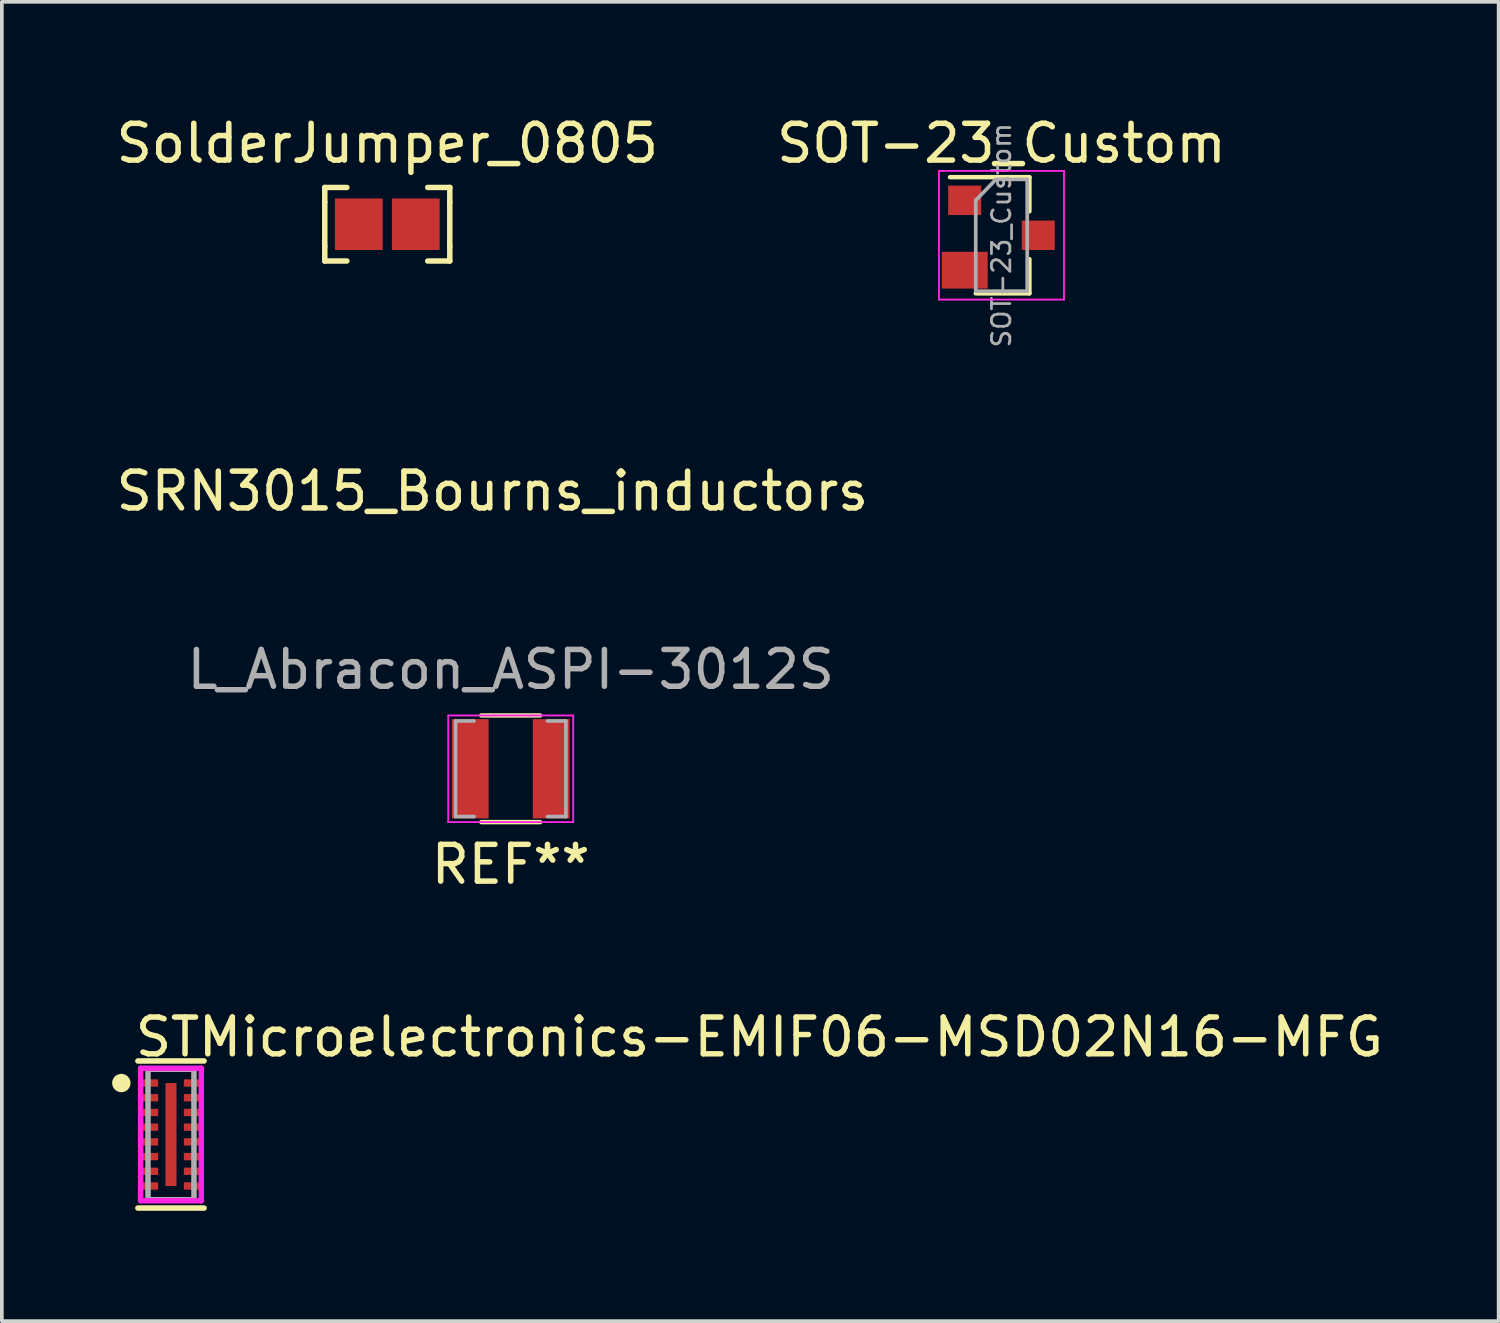
<source format=kicad_pcb>
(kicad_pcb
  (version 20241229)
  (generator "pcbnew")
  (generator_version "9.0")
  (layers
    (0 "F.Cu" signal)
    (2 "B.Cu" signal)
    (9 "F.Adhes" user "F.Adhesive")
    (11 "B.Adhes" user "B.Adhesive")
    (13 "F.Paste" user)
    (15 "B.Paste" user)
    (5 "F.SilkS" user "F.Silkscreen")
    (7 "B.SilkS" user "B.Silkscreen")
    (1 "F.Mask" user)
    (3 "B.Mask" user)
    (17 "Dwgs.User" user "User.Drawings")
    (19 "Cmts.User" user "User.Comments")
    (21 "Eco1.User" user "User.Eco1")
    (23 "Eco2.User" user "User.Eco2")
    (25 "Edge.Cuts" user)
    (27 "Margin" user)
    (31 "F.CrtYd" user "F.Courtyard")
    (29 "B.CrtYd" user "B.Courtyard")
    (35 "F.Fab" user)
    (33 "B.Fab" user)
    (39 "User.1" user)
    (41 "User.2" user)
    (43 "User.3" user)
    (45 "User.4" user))
  (footprint "SOT-23_Custom"
    (layer "F.Cu")
    (at 24.185 3.348)
    (property "Reference" "SOT-23_Custom" (at 0 -2.5 0) (layer "F.SilkS") (effects (font (size 1 1) (thickness 0.15))))
    (attr smd)
    (fp_line (start 0.76 -1.58) (end -1.4 -1.58) (stroke (width 0.12) (type solid)) (layer "F.SilkS"))
    (fp_line (start 0.76 -1.58) (end 0.76 -0.65) (stroke (width 0.12) (type solid)) (layer "F.SilkS"))
    (fp_line (start 0.76 1.58) (end -0.7 1.58) (stroke (width 0.12) (type solid)) (layer "F.SilkS"))
    (fp_line (start 0.76 1.58) (end 0.76 0.65) (stroke (width 0.12) (type solid)) (layer "F.SilkS"))
    (fp_line (start -1.7 -1.75) (end 1.7 -1.75) (stroke (width 0.05) (type solid)) (layer "F.CrtYd"))
    (fp_line (start -1.7 1.75) (end -1.7 -1.75) (stroke (width 0.05) (type solid)) (layer "F.CrtYd"))
    (fp_line (start 1.7 -1.75) (end 1.7 1.75) (stroke (width 0.05) (type solid)) (layer "F.CrtYd"))
    (fp_line (start 1.7 1.75) (end -1.7 1.75) (stroke (width 0.05) (type solid)) (layer "F.CrtYd"))
    (fp_line (start -0.7 -0.95) (end -0.7 1.5) (stroke (width 0.1) (type solid)) (layer "F.Fab"))
    (fp_line (start -0.7 -0.95) (end -0.15 -1.52) (stroke (width 0.1) (type solid)) (layer "F.Fab"))
    (fp_line (start -0.7 1.52) (end 0.7 1.52) (stroke (width 0.1) (type solid)) (layer "F.Fab"))
    (fp_line (start -0.15 -1.52) (end 0.7 -1.52) (stroke (width 0.1) (type solid)) (layer "F.Fab"))
    (fp_line (start 0.7 -1.52) (end 0.7 1.52) (stroke (width 0.1) (type solid)) (layer "F.Fab"))
    (fp_text user "${REFERENCE}" (at 0 0 90) (layer "F.Fab") (effects (font (size 0.5 0.5) (thickness 0.075))))
    (pad "1" smd rect (at -1 -0.95) (size 0.9 0.8) (layers "F.Cu" "F.Mask" "F.Paste"))
    (pad "2" smd rect (at -1 0.95) (size 1.25 1) (layers "F.Cu" "F.Mask" "F.Paste"))
    (pad "3" smd rect (at 1 0) (size 0.9 0.8) (layers "F.Cu" "F.Mask" "F.Paste")))
  (footprint "SolderJumper_0805"
    (layer "F.Cu")
    (at 7.482 3.048)
    (property "Reference" "SolderJumper_0805" (at 0 -2.2 0) (layer "F.SilkS") (effects (font (size 1 1) (thickness 0.15))))
    (attr through_hole)
    (fp_line (start -1.7 -1) (end -1.1 -1) (stroke (width 0.15) (type solid)) (layer "F.SilkS"))
    (fp_line (start -1.7 -0.6) (end -1.7 -1) (stroke (width 0.15) (type solid)) (layer "F.SilkS"))
    (fp_line (start -1.7 -0.6) (end -1.7 0.6) (stroke (width 0.15) (type solid)) (layer "F.SilkS"))
    (fp_line (start -1.7 0.6) (end -1.7 1) (stroke (width 0.15) (type solid)) (layer "F.SilkS"))
    (fp_line (start -1.7 1) (end -1.1 1) (stroke (width 0.15) (type solid)) (layer "F.SilkS"))
    (fp_line (start 1.7 -1) (end 1.1 -1) (stroke (width 0.15) (type solid)) (layer "F.SilkS"))
    (fp_line (start 1.7 -0.6) (end 1.7 -1) (stroke (width 0.15) (type solid)) (layer "F.SilkS"))
    (fp_line (start 1.7 -0.6) (end 1.7 0.6) (stroke (width 0.15) (type solid)) (layer "F.SilkS"))
    (fp_line (start 1.7 0.6) (end 1.7 1) (stroke (width 0.15) (type solid)) (layer "F.SilkS"))
    (fp_line (start 1.7 1) (end 1.1 1) (stroke (width 0.15) (type solid)) (layer "F.SilkS"))
    (pad "1" smd rect (at -0.775 0) (size 1.3 1.4) (layers "F.Cu" "F.Mask" "F.Paste"))
    (pad "2" smd rect (at 0.775 0) (size 1.3 1.4) (layers "F.Cu" "F.Mask" "F.Paste")))
  (footprint "SRN3015_Bourns_inductors"
    (layer "F.Cu")
    (at 10.839 17.807)
    (property "Reference" "SRN3015_Bourns_inductors" (at -0.5 -7.5 0) (layer "F.SilkS") (effects (font (size 1 1) (thickness 0.15))))
    (attr through_hole)
    (fp_line (start -0.8 -1.4) (end 0.8 -1.4) (stroke (width 0.12) (type solid)) (layer "F.SilkS"))
    (fp_line (start -0.8 1.5) (end 0.8 1.5) (stroke (width 0.12) (type solid)) (layer "F.SilkS"))
    (fp_line (start -1.7 -1.4) (end -1.7 1.5) (stroke (width 0.05) (type solid)) (layer "F.CrtYd"))
    (fp_line (start -1.7 1.5) (end 1.7 1.5) (stroke (width 0.05) (type solid)) (layer "F.CrtYd"))
    (fp_line (start 1.7 -1.4) (end -1.7 -1.4) (stroke (width 0.05) (type solid)) (layer "F.CrtYd"))
    (fp_line (start 1.7 1.5) (end 1.7 -1.4) (stroke (width 0.05) (type solid)) (layer "F.CrtYd"))
    (fp_line (start -1.5 -1.25) (end -1.5 1.35) (stroke (width 0.1) (type solid)) (layer "F.Fab"))
    (fp_line (start -1.5 1.35) (end -1 1.35) (stroke (width 0.1) (type solid)) (layer "F.Fab"))
    (fp_line (start -1 -1.25) (end -1.5 -1.25) (stroke (width 0.1) (type solid)) (layer "F.Fab"))
    (fp_line (start 1 1.35) (end 1.5 1.35) (stroke (width 0.1) (type solid)) (layer "F.Fab"))
    (fp_line (start 1.5 -1.25) (end 1 -1.25) (stroke (width 0.1) (type solid)) (layer "F.Fab"))
    (fp_line (start 1.5 1.35) (end 1.5 -1.25) (stroke (width 0.1) (type solid)) (layer "F.Fab"))
    (fp_text user "REF**" (at 0 2.65 0) (layer "F.SilkS") (effects (font (size 1 1) (thickness 0.15))))
    (fp_text user "L_Abracon_ASPI-3012S" (at 0 -2.65 0) (layer "F.Fab") (effects (font (size 1 1) (thickness 0.15))))
    (pad "1" smd rect (at -1.1 0.05) (size 1 2.7) (layers "F.Cu" "F.Mask" "F.Paste"))
    (pad "2" smd rect (at 1.1 0.05) (size 1 2.7) (layers "F.Cu" "F.Mask" "F.Paste")))
  (footprint "STMicroelectronics-EMIF06-MSD02N16-MFG"
    (layer "F.Cu")
    (at 1.6 27.803)
    (property "Reference" "STMicroelectronics-EMIF06-MSD02N16-MFG" (at -1.05 -2.65 0) (layer "F.SilkS") (effects (font (size 1 1) (thickness 0.15)) (justify left)))
    (attr through_hole)
    (fp_line (start -0.9 -2) (end 0.9 -2) (stroke (width 0.15) (type solid)) (layer "F.SilkS"))
    (fp_line (start -0.9 2) (end 0.9 2) (stroke (width 0.15) (type solid)) (layer "F.SilkS"))
    (fp_circle (center -1.35 -1.4) (end -1.225 -1.4) (stroke (width 0.25) (type solid)) (fill no) (layer "F.SilkS"))
    (fp_line (start -0.825 -1.8) (end -0.825 1.8) (stroke (width 0.15) (type solid)) (layer "F.CrtYd"))
    (fp_line (start -0.825 1.8) (end 0.825 1.8) (stroke (width 0.15) (type solid)) (layer "F.CrtYd"))
    (fp_line (start 0.825 -1.8) (end -0.825 -1.8) (stroke (width 0.15) (type solid)) (layer "F.CrtYd"))
    (fp_line (start 0.825 -1.8) (end 0.825 -1.8) (stroke (width 0.15) (type solid)) (layer "F.CrtYd"))
    (fp_line (start 0.825 1.8) (end 0.825 -1.8) (stroke (width 0.15) (type solid)) (layer "F.CrtYd"))
    (fp_line (start -0.625 -1.775) (end 0.625 -1.775) (stroke (width 0.15) (type solid)) (layer "F.Fab"))
    (fp_line (start -0.625 1.775) (end -0.625 -1.775) (stroke (width 0.15) (type solid)) (layer "F.Fab"))
    (fp_line (start 0.625 -1.775) (end 0.625 1.775) (stroke (width 0.15) (type solid)) (layer "F.Fab"))
    (fp_line (start 0.625 1.775) (end -0.625 1.775) (stroke (width 0.15) (type solid)) (layer "F.Fab"))
    (pad "" smd rect (at -0.575 -1.4) (size 0.42 0.19) (layers "F.Paste"))
    (pad "" smd rect (at -0.575 -1) (size 0.42 0.19) (layers "F.Paste"))
    (pad "" smd rect (at -0.575 -0.6) (size 0.42 0.19) (layers "F.Paste"))
    (pad "" smd rect (at -0.575 -0.2) (size 0.42 0.19) (layers "F.Paste"))
    (pad "" smd rect (at -0.575 0.2) (size 0.42 0.19) (layers "F.Paste"))
    (pad "" smd rect (at -0.575 0.6) (size 0.42 0.19) (layers "F.Paste"))
    (pad "" smd rect (at -0.575 1) (size 0.42 0.19) (layers "F.Paste"))
    (pad "" smd rect (at -0.575 1.4) (size 0.42 0.19) (layers "F.Paste"))
    (pad "" smd rect (at 0 0) (size 0.2 2.1) (layers "F.Paste"))
    (pad "" smd rect (at 0.575 -1.4) (size 0.42 0.19) (layers "F.Paste"))
    (pad "" smd rect (at 0.575 -1) (size 0.42 0.19) (layers "F.Paste"))
    (pad "" smd rect (at 0.575 -0.6) (size 0.42 0.19) (layers "F.Paste"))
    (pad "" smd rect (at 0.575 -0.2) (size 0.42 0.19) (layers "F.Paste"))
    (pad "" smd rect (at 0.575 0.2) (size 0.42 0.19) (layers "F.Paste"))
    (pad "" smd rect (at 0.575 0.6) (size 0.42 0.19) (layers "F.Paste"))
    (pad "" smd rect (at 0.575 1) (size 0.42 0.19) (layers "F.Paste"))
    (pad "" smd rect (at 0.575 1.4) (size 0.42 0.19) (layers "F.Paste"))
    (pad "1" smd rect (at -0.575 -1.4) (size 0.45 0.2) (layers "F.Cu" "F.Mask"))
    (pad "2" smd rect (at -0.575 -1) (size 0.45 0.2) (layers "F.Cu" "F.Mask"))
    (pad "3" smd rect (at -0.575 -0.6) (size 0.45 0.2) (layers "F.Cu" "F.Mask"))
    (pad "4" smd rect (at -0.575 -0.2) (size 0.45 0.2) (layers "F.Cu" "F.Mask"))
    (pad "5" smd rect (at -0.575 0.2) (size 0.45 0.2) (layers "F.Cu" "F.Mask"))
    (pad "6" smd rect (at -0.575 0.6) (size 0.45 0.2) (layers "F.Cu" "F.Mask"))
    (pad "7" smd rect (at -0.575 1) (size 0.45 0.2) (layers "F.Cu" "F.Mask"))
    (pad "8" smd rect (at -0.575 1.4) (size 0.45 0.2) (layers "F.Cu" "F.Mask"))
    (pad "9" smd rect (at 0.575 1.4) (size 0.45 0.2) (layers "F.Cu" "F.Mask"))
    (pad "10" smd rect (at 0.575 1) (size 0.45 0.2) (layers "F.Cu" "F.Mask"))
    (pad "11" smd rect (at 0.575 0.6) (size 0.45 0.2) (layers "F.Cu" "F.Mask"))
    (pad "12" smd rect (at 0.575 0.2) (size 0.45 0.2) (layers "F.Cu" "F.Mask"))
    (pad "13" smd rect (at 0.575 -0.2) (size 0.45 0.2) (layers "F.Cu" "F.Mask"))
    (pad "14" smd rect (at 0.575 -0.6) (size 0.45 0.2) (layers "F.Cu" "F.Mask"))
    (pad "15" smd rect (at 0.575 -1) (size 0.45 0.2) (layers "F.Cu" "F.Mask"))
    (pad "16" smd rect (at 0.575 -1.4) (size 0.45 0.2) (layers "F.Cu" "F.Mask"))
    (pad "17" smd rect (at 0 0) (size 0.3 2.8) (layers "F.Cu" "F.Mask")))
  (gr_rect
    (start -3 -3)
    (end 37.705 32.878)
    (stroke (width 0.1) (type default))
    (fill no)
    (layer "Edge.Cuts")))
</source>
